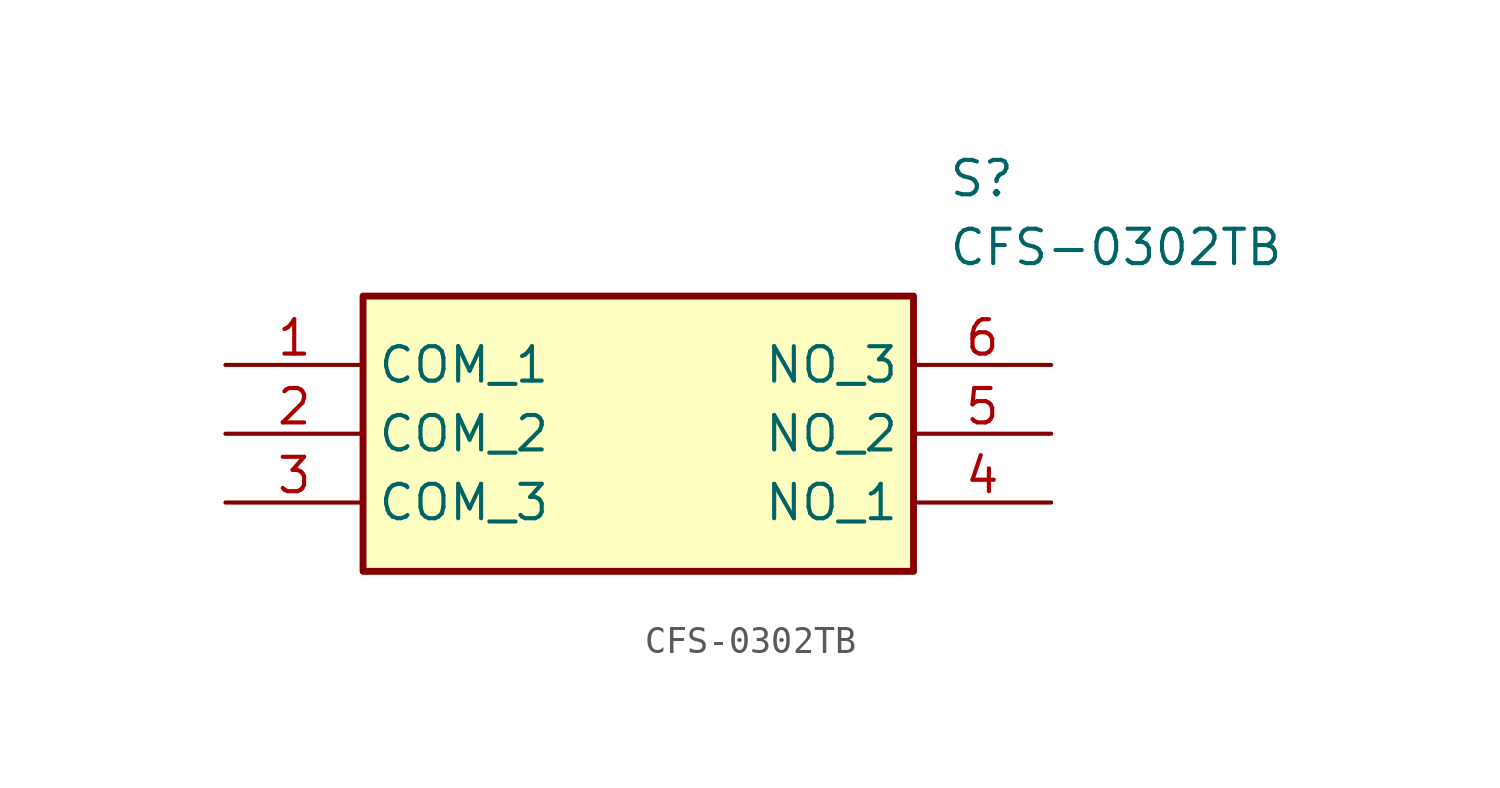
<source format=kicad_sym>
(kicad_symbol_lib
  (version 20211014)
  (generator SamacSys_ECAD_Model)
  (symbol "CFS-0302TB"
    (property "Reference" "S"
      (at 26.67 7.62 0)
      (effects (font (size 1.27 1.27)) (justify left top)))
    (property "Value" "CFS-0302TB"
      (at 26.67 5.08 0)
      (effects (font (size 1.27 1.27)) (justify left top)))
    (rectangle
      (start 5.08 2.54)
      (end 25.4 -7.62)
      (stroke (width 0.254) (type default))
      (fill (type background)))
    (pin passive line
      (at 0 0 0)
      (length 5.08)
      (name "COM_1" (effects (font (size 1.27 1.27))))
      (number "1" (effects (font (size 1.27 1.27)))))
    (pin passive line
      (at 0 -2.54 0)
      (length 5.08)
      (name "COM_2" (effects (font (size 1.27 1.27))))
      (number "2" (effects (font (size 1.27 1.27)))))
    (pin passive line
      (at 0 -5.08 0)
      (length 5.08)
      (name "COM_3" (effects (font (size 1.27 1.27))))
      (number "3" (effects (font (size 1.27 1.27)))))
    (pin passive line
      (at 30.48 -5.08 180)
      (length 5.08)
      (name "NO_1" (effects (font (size 1.27 1.27))))
      (number "4" (effects (font (size 1.27 1.27)))))
    (pin passive line
      (at 30.48 -2.54 180)
      (length 5.08)
      (name "NO_2" (effects (font (size 1.27 1.27))))
      (number "5" (effects (font (size 1.27 1.27)))))
    (pin passive line
      (at 30.48 0 180)
      (length 5.08)
      (name "NO_3" (effects (font (size 1.27 1.27))))
      (number "6" (effects (font (size 1.27 1.27)))))))
</source>
